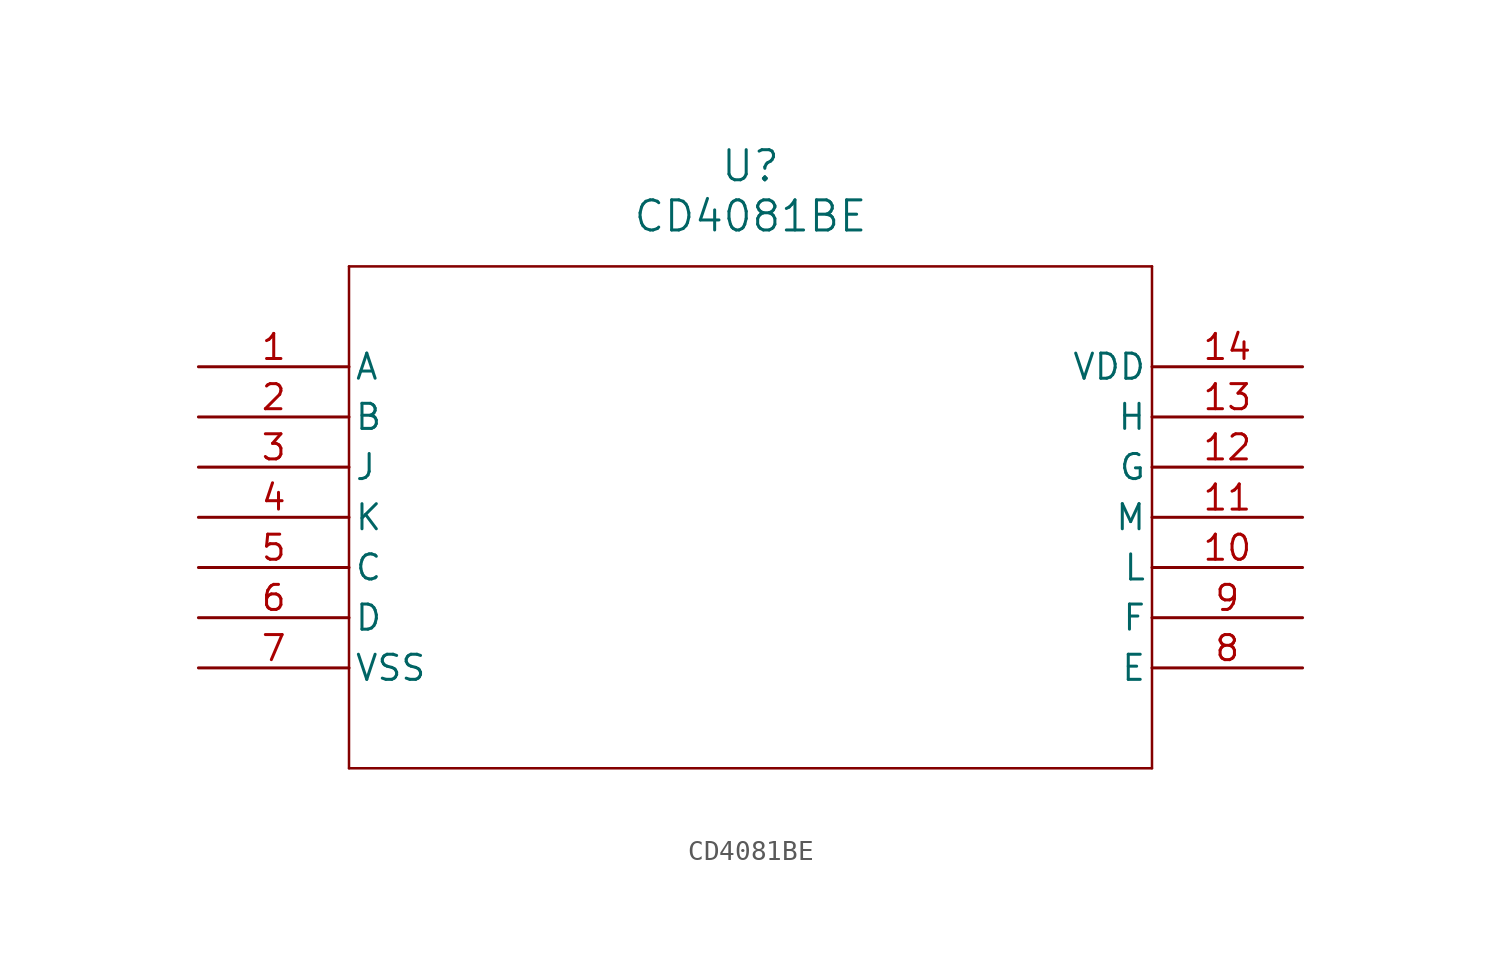
<source format=kicad_sym>
(kicad_symbol_lib
  (version 20211014)
  (generator kicad_symbol_editor)
  (symbol "CD4081BE"
    (pin_names
      (offset 0.254))
    (property "Reference" "U"
      (at 27.94 10.16 0)
      (effects (font (size 1.524 1.524))))
    (property "Value" "CD4081BE"
      (at 27.94 7.62 0)
      (effects (font (size 1.524 1.524))))
    (symbol "CD4081BE_0_1"
      (polyline (pts (xy 7.62 5.08) (xy 7.62 -20.32)) (stroke (width 0.127) (type default) (color 0 0 0 0)) (fill (type none)))
      (polyline (pts (xy 7.62 -20.32) (xy 48.26 -20.32)) (stroke (width 0.127) (type default) (color 0 0 0 0)) (fill (type none)))
      (polyline (pts (xy 48.26 -20.32) (xy 48.26 5.08)) (stroke (width 0.127) (type default) (color 0 0 0 0)) (fill (type none)))
      (polyline (pts (xy 48.26 5.08) (xy 7.62 5.08)) (stroke (width 0.127) (type default) (color 0 0 0 0)) (fill (type none)))
      (pin unspecified line (at 0 0 0) (length 7.62) (name "A" (effects (font (size 1.27 1.27)))) (number "1" (effects (font (size 1.27 1.27)))))
      (pin unspecified line (at 0 -2.54 0) (length 7.62) (name "B" (effects (font (size 1.27 1.27)))) (number "2" (effects (font (size 1.27 1.27)))))
      (pin unspecified line (at 0 -5.08 0) (length 7.62) (name "J" (effects (font (size 1.27 1.27)))) (number "3" (effects (font (size 1.27 1.27)))))
      (pin unspecified line (at 0 -7.62 0) (length 7.62) (name "K" (effects (font (size 1.27 1.27)))) (number "4" (effects (font (size 1.27 1.27)))))
      (pin unspecified line (at 0 -10.16 0) (length 7.62) (name "C" (effects (font (size 1.27 1.27)))) (number "5" (effects (font (size 1.27 1.27)))))
      (pin unspecified line (at 0 -12.7 0) (length 7.62) (name "D" (effects (font (size 1.27 1.27)))) (number "6" (effects (font (size 1.27 1.27)))))
      (pin power_in line (at 0 -15.24 0) (length 7.62) (name "VSS" (effects (font (size 1.27 1.27)))) (number "7" (effects (font (size 1.27 1.27)))))
      (pin unspecified line (at 55.88 -15.24 180) (length 7.62) (name "E" (effects (font (size 1.27 1.27)))) (number "8" (effects (font (size 1.27 1.27)))))
      (pin unspecified line (at 55.88 -12.7 180) (length 7.62) (name "F" (effects (font (size 1.27 1.27)))) (number "9" (effects (font (size 1.27 1.27)))))
      (pin unspecified line (at 55.88 -10.16 180) (length 7.62) (name "L" (effects (font (size 1.27 1.27)))) (number "10" (effects (font (size 1.27 1.27)))))
      (pin unspecified line (at 55.88 -7.62 180) (length 7.62) (name "M" (effects (font (size 1.27 1.27)))) (number "11" (effects (font (size 1.27 1.27)))))
      (pin unspecified line (at 55.88 -5.08 180) (length 7.62) (name "G" (effects (font (size 1.27 1.27)))) (number "12" (effects (font (size 1.27 1.27)))))
      (pin unspecified line (at 55.88 -2.54 180) (length 7.62) (name "H" (effects (font (size 1.27 1.27)))) (number "13" (effects (font (size 1.27 1.27)))))
      (pin power_in line (at 55.88 0 180) (length 7.62) (name "VDD" (effects (font (size 1.27 1.27)))) (number "14" (effects (font (size 1.27 1.27))))))))
</source>
